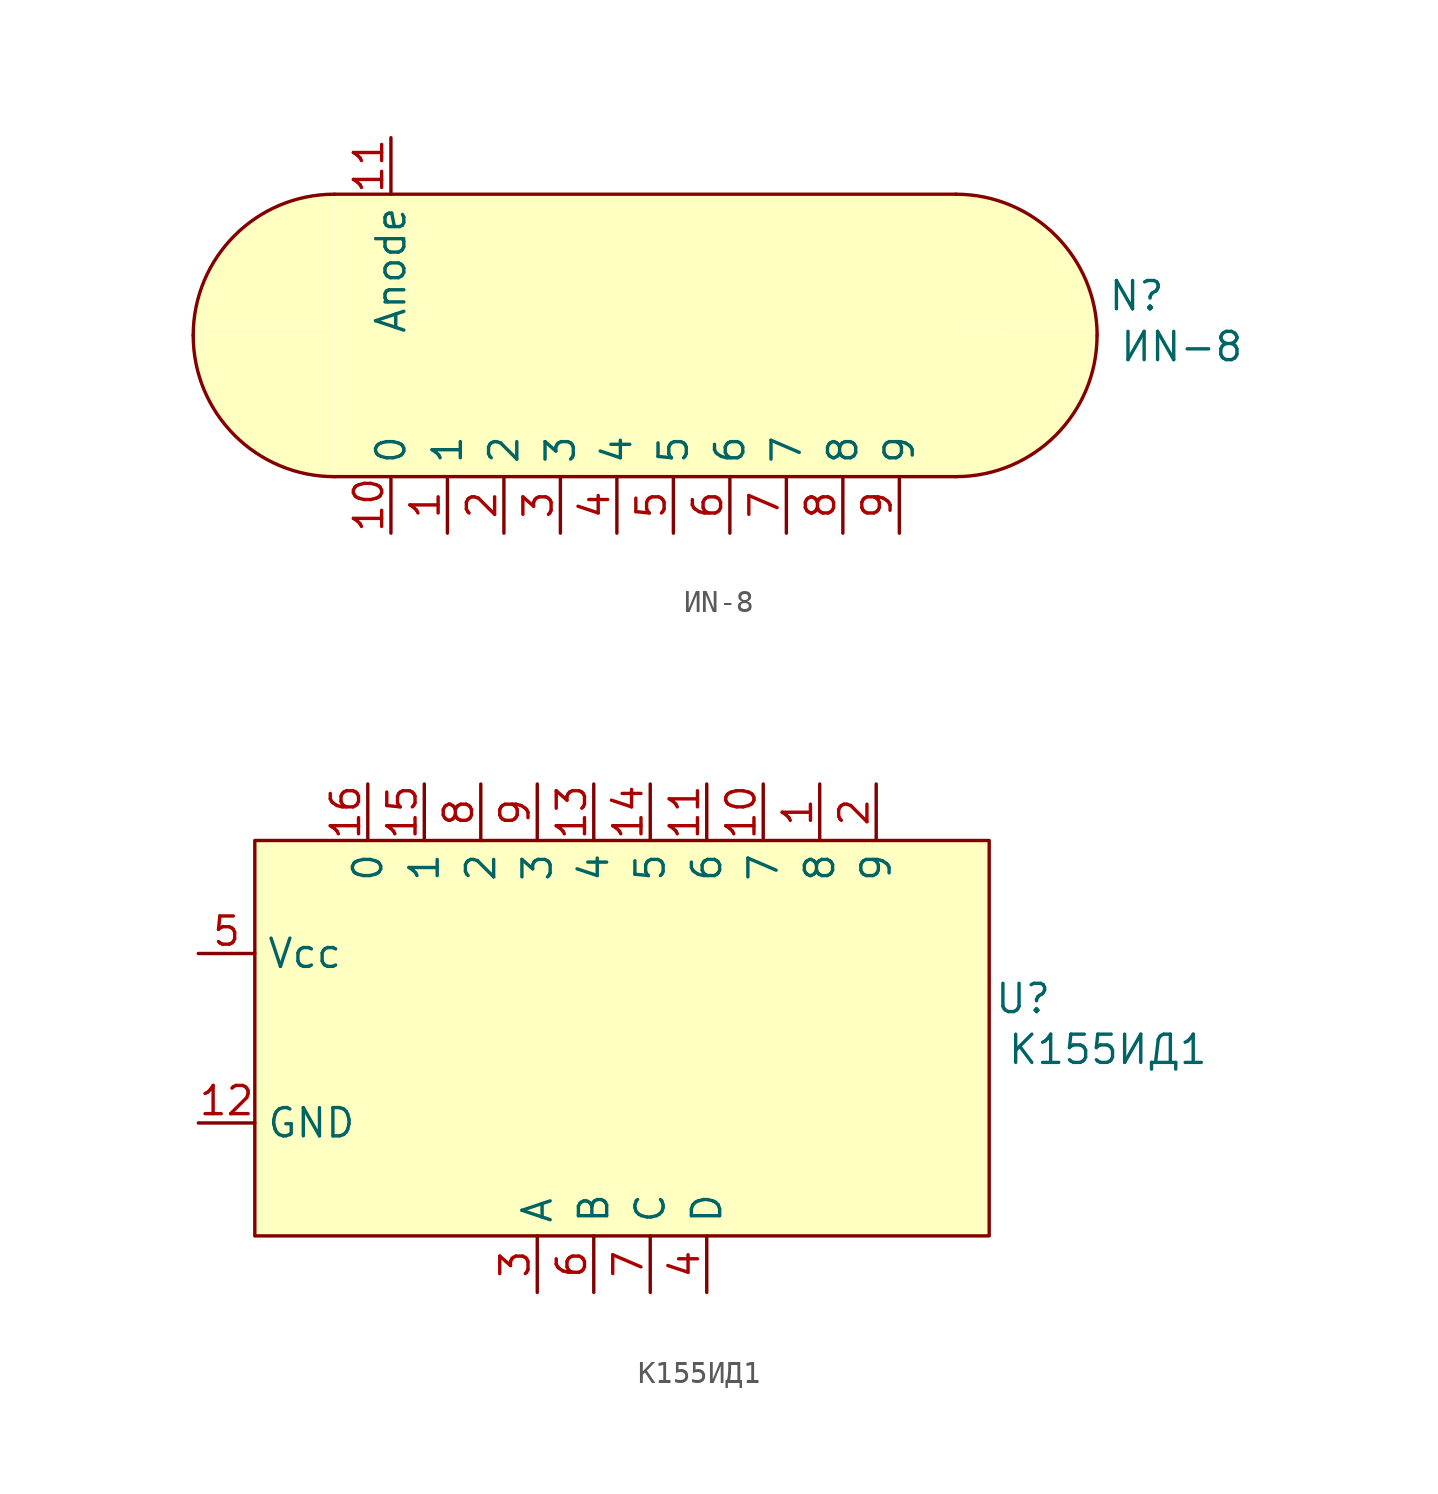
<source format=kicad_sym>
(kicad_symbol_lib
  (version 20231120)
  (generator "kicad_symbol_editor")
  (generator_version "8.0")
  (symbol "ИN-8"
    (property "Reference" "N"
      (at 22.098 1.778 0)
      (effects (font (size 1.27 1.27))))
    (property "Value" "ИN-8"
      (at 24.13 -0.508 0)
      (effects (font (size 1.27 1.27))))
    (symbol "ИN-8_1_1"
      (arc (start -20.32 0) (mid -18.4601 -4.4901) (end -13.97 -6.35) (stroke (width 0) (type default)) (fill (type background)))
      (arc (start -13.97 6.35) (mid -18.4601 4.4901) (end -20.32 0) (stroke (width 0) (type default)) (fill (type background)))
      (rectangle (start -13.97 6.35) (end 13.97 -6.35) (stroke (width -0.0001) (type default)) (fill (type background)))
      (polyline (pts (xy -13.97 -6.35) (xy 13.97 -6.35)) (stroke (width 0) (type default)) (fill (type none)))
      (polyline (pts (xy -13.97 6.35) (xy 13.97 6.35)) (stroke (width 0) (type default)) (fill (type none)))
      (arc (start 13.97 -6.35) (mid 18.4601 -4.4901) (end 20.32 0) (stroke (width 0) (type default)) (fill (type background)))
      (arc (start 20.32 0) (mid 18.4601 4.4901) (end 13.97 6.35) (stroke (width 0) (type default)) (fill (type background)))
      (pin input line (at -8.89 -8.89 90) (length 2.54) (name "1" (effects (font (size 1.27 1.27)))) (number "1" (effects (font (size 1.27 1.27)))))
      (pin input line (at -11.43 -8.89 90) (length 2.54) (name "0" (effects (font (size 1.27 1.27)))) (number "10" (effects (font (size 1.27 1.27)))))
      (pin output line (at -11.43 8.89 270) (length 2.54) (name "Anode" (effects (font (size 1.27 1.27)))) (number "11" (effects (font (size 1.27 1.27)))))
      (pin input line (at -6.35 -8.89 90) (length 2.54) (name "2" (effects (font (size 1.27 1.27)))) (number "2" (effects (font (size 1.27 1.27)))))
      (pin input line (at -3.81 -8.89 90) (length 2.54) (name "3" (effects (font (size 1.27 1.27)))) (number "3" (effects (font (size 1.27 1.27)))))
      (pin input line (at -1.27 -8.89 90) (length 2.54) (name "4" (effects (font (size 1.27 1.27)))) (number "4" (effects (font (size 1.27 1.27)))))
      (pin input line (at 1.27 -8.89 90) (length 2.54) (name "5" (effects (font (size 1.27 1.27)))) (number "5" (effects (font (size 1.27 1.27)))))
      (pin input line (at 3.81 -8.89 90) (length 2.54) (name "6" (effects (font (size 1.27 1.27)))) (number "6" (effects (font (size 1.27 1.27)))))
      (pin input line (at 6.35 -8.89 90) (length 2.54) (name "7" (effects (font (size 1.27 1.27)))) (number "7" (effects (font (size 1.27 1.27)))))
      (pin input line (at 8.89 -8.89 90) (length 2.54) (name "8" (effects (font (size 1.27 1.27)))) (number "8" (effects (font (size 1.27 1.27)))))
      (pin input line (at 11.43 -8.89 90) (length 2.54) (name "9" (effects (font (size 1.27 1.27)))) (number "9" (effects (font (size 1.27 1.27)))))))
  (symbol "К155ИД1"
    (property "Reference" "U"
      (at 18.034 1.778 0)
      (effects (font (size 1.27 1.27))))
    (property "Value" "К155ИД1"
      (at 21.844 -0.508 0)
      (effects (font (size 1.27 1.27))))
    (symbol "К155ИД1_1_1"
      (rectangle (start -16.51 8.89) (end 16.51 -8.89) (stroke (width 0) (type default)) (fill (type background)))
      (pin output line (at 8.89 11.43 270) (length 2.54) (name "8" (effects (font (size 1.27 1.27)))) (number "1" (effects (font (size 1.27 1.27)))))
      (pin output line (at 6.35 11.43 270) (length 2.54) (name "7" (effects (font (size 1.27 1.27)))) (number "10" (effects (font (size 1.27 1.27)))))
      (pin output line (at 3.81 11.43 270) (length 2.54) (name "6" (effects (font (size 1.27 1.27)))) (number "11" (effects (font (size 1.27 1.27)))))
      (pin power_out line (at -19.05 -3.81 0) (length 2.54) (name "GND" (effects (font (size 1.27 1.27)))) (number "12" (effects (font (size 1.27 1.27)))))
      (pin output line (at -1.27 11.43 270) (length 2.54) (name "4" (effects (font (size 1.27 1.27)))) (number "13" (effects (font (size 1.27 1.27)))))
      (pin output line (at 1.27 11.43 270) (length 2.54) (name "5" (effects (font (size 1.27 1.27)))) (number "14" (effects (font (size 1.27 1.27)))))
      (pin output line (at -8.89 11.43 270) (length 2.54) (name "1" (effects (font (size 1.27 1.27)))) (number "15" (effects (font (size 1.27 1.27)))))
      (pin output line (at -11.43 11.43 270) (length 2.54) (name "0" (effects (font (size 1.27 1.27)))) (number "16" (effects (font (size 1.27 1.27)))))
      (pin output line (at 11.43 11.43 270) (length 2.54) (name "9" (effects (font (size 1.27 1.27)))) (number "2" (effects (font (size 1.27 1.27)))))
      (pin input line (at -3.81 -11.43 90) (length 2.54) (name "A" (effects (font (size 1.27 1.27)))) (number "3" (effects (font (size 1.27 1.27)))))
      (pin input line (at 3.81 -11.43 90) (length 2.54) (name "D" (effects (font (size 1.27 1.27)))) (number "4" (effects (font (size 1.27 1.27)))))
      (pin power_in line (at -19.05 3.81 0) (length 2.54) (name "Vcc" (effects (font (size 1.27 1.27)))) (number "5" (effects (font (size 1.27 1.27)))))
      (pin input line (at -1.27 -11.43 90) (length 2.54) (name "B" (effects (font (size 1.27 1.27)))) (number "6" (effects (font (size 1.27 1.27)))))
      (pin input line (at 1.27 -11.43 90) (length 2.54) (name "C" (effects (font (size 1.27 1.27)))) (number "7" (effects (font (size 1.27 1.27)))))
      (pin output line (at -6.35 11.43 270) (length 2.54) (name "2" (effects (font (size 1.27 1.27)))) (number "8" (effects (font (size 1.27 1.27)))))
      (pin output line (at -3.81 11.43 270) (length 2.54) (name "3" (effects (font (size 1.27 1.27)))) (number "9" (effects (font (size 1.27 1.27))))))))
</source>
